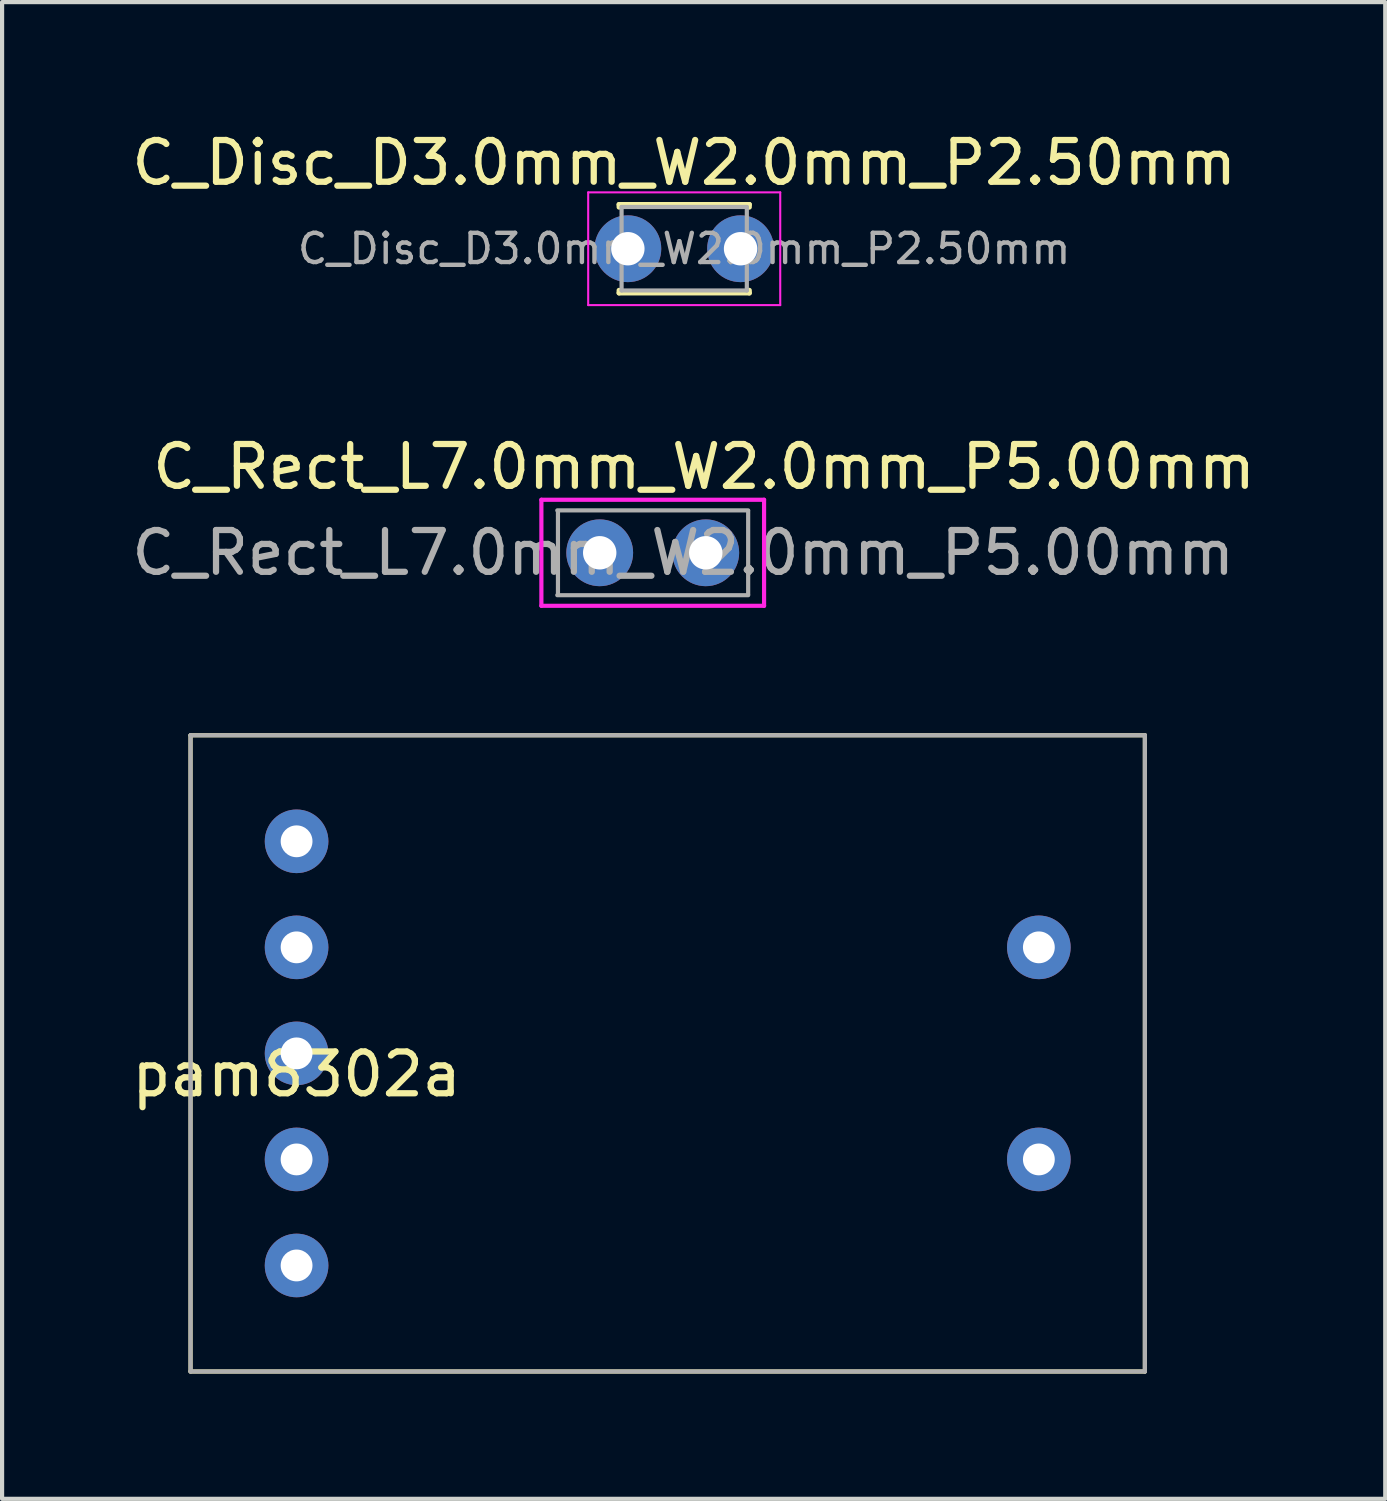
<source format=kicad_pcb>
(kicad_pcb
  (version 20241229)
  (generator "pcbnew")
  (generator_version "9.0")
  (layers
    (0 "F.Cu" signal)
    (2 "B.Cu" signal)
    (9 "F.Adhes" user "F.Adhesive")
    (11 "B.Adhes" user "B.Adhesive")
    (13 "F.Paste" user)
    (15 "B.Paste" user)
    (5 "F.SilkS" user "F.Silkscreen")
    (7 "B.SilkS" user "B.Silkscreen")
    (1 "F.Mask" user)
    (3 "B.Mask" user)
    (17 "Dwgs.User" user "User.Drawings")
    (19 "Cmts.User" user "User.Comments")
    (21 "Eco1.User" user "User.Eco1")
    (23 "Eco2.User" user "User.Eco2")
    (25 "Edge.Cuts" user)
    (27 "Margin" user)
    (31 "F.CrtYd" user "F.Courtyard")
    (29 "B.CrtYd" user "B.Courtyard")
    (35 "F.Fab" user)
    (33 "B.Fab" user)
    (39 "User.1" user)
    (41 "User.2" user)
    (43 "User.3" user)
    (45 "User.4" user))
  (footprint "C_Rect_L7.0mm_W2.0mm_P5.00mm"
    (layer "F.Cu")
    (at 11.315 10.191)
    (property "Reference" "C_Rect_L7.0mm_W2.0mm_P5.00mm" (at 2.5 -2.06 0) (layer "F.SilkS") (effects (font (size 1 1) (thickness 0.15))))
    (attr through_hole)
    (fp_line (start -1.016 -1.016) (end 3.556 -1.016) (stroke (width 0.1) (type solid)) (layer "B.Paste"))
    (fp_line (start -1.016 1.016) (end -1.016 -1.016) (stroke (width 0.1) (type solid)) (layer "B.Paste"))
    (fp_line (start 3.556 -1.016) (end 3.556 1.016) (stroke (width 0.1) (type solid)) (layer "B.Paste"))
    (fp_line (start 3.556 1.016) (end -1.016 1.016) (stroke (width 0.1) (type solid)) (layer "B.Paste"))
    (fp_line (start -1.397 -1.27) (end 3.937 -1.27) (stroke (width 0.1) (type solid)) (layer "F.CrtYd"))
    (fp_line (start -1.397 1.27) (end -1.397 -1.27) (stroke (width 0.1) (type solid)) (layer "F.CrtYd"))
    (fp_line (start 3.937 -1.27) (end 3.937 1.27) (stroke (width 0.1) (type solid)) (layer "F.CrtYd"))
    (fp_line (start 3.937 1.27) (end -1.397 1.27) (stroke (width 0.1) (type solid)) (layer "F.CrtYd"))
    (fp_line (start -1.016 -1.016) (end 3.556 -1.016) (stroke (width 0.1) (type solid)) (layer "F.Fab"))
    (fp_line (start -1 -1) (end -1 1) (stroke (width 0.1) (type solid)) (layer "F.Fab"))
    (fp_line (start 3.556 1) (end 3.556 -1) (stroke (width 0.1) (type solid)) (layer "F.Fab"))
    (fp_line (start 3.556 1.016) (end -1.016 1.016) (stroke (width 0.1) (type solid)) (layer "F.Fab"))
    (fp_text user "${REFERENCE}" (at 2 0 0) (layer "F.Fab") (effects (font (size 1 1) (thickness 0.15))))
    (pad "1" thru_hole circle (at 0 0) (size 1.6 1.6) (drill 0.8) (layers "*.Cu" "*.Mask"))
    (pad "2" thru_hole circle (at 2.54 0) (size 1.6 1.6) (drill 0.8) (layers "*.Cu" "*.Mask")))
  (footprint "C_Disc_D3.0mm_W2.0mm_P2.50mm"
    (layer "F.Cu")
    (at 12.089 2.908)
    (property "Reference" "C_Disc_D3.0mm_W2.0mm_P2.50mm" (at 1.25 -2.06 0) (layer "F.SilkS") (effects (font (size 1 1) (thickness 0.15))))
    (attr through_hole)
    (fp_line (start -0.31 -1.06) (end -0.31 -0.996) (stroke (width 0.12) (type solid)) (layer "F.SilkS"))
    (fp_line (start -0.31 -1.06) (end 2.81 -1.06) (stroke (width 0.12) (type solid)) (layer "F.SilkS"))
    (fp_line (start -0.31 0.996) (end -0.31 1.06) (stroke (width 0.12) (type solid)) (layer "F.SilkS"))
    (fp_line (start -0.31 1.06) (end 2.81 1.06) (stroke (width 0.12) (type solid)) (layer "F.SilkS"))
    (fp_line (start 2.81 -1.06) (end 2.81 -0.996) (stroke (width 0.12) (type solid)) (layer "F.SilkS"))
    (fp_line (start 2.81 0.996) (end 2.81 1.06) (stroke (width 0.12) (type solid)) (layer "F.SilkS"))
    (fp_line (start -1.05 -1.35) (end -1.05 1.35) (stroke (width 0.05) (type solid)) (layer "F.CrtYd"))
    (fp_line (start -1.05 1.35) (end 3.55 1.35) (stroke (width 0.05) (type solid)) (layer "F.CrtYd"))
    (fp_line (start 3.55 -1.35) (end -1.05 -1.35) (stroke (width 0.05) (type solid)) (layer "F.CrtYd"))
    (fp_line (start 3.55 1.35) (end 3.55 -1.35) (stroke (width 0.05) (type solid)) (layer "F.CrtYd"))
    (fp_line (start -0.25 -1) (end -0.25 1) (stroke (width 0.1) (type solid)) (layer "F.Fab"))
    (fp_line (start -0.25 1) (end 2.75 1) (stroke (width 0.1) (type solid)) (layer "F.Fab"))
    (fp_line (start 2.75 -1) (end -0.25 -1) (stroke (width 0.1) (type solid)) (layer "F.Fab"))
    (fp_line (start 2.75 1) (end 2.75 -1) (stroke (width 0.1) (type solid)) (layer "F.Fab"))
    (fp_text user "${REFERENCE}" (at 1.25 0 0) (layer "F.Fab") (effects (font (size 0.7 0.7) (thickness 0.105))))
    (pad "1" thru_hole circle (at -0.1 0) (size 1.6 1.6) (drill 0.8) (layers "*.Cu" "*.Mask"))
    (pad "2" thru_hole circle (at 2.6 0) (size 1.6 1.6) (drill 0.8) (layers "*.Cu" "*.Mask")))
  (footprint "pam8302a"
    (layer "F.Cu")
    (at 4.054 17.102)
    (property "Reference" "pam8302a" (at 0 5.58 0) (layer "F.SilkS") (effects (font (size 1 1) (thickness 0.15))))
    (attr through_hole)
    (fp_line (start -2.54 -2.54) (end 20.32 -2.54) (stroke (width 0.1) (type solid)) (layer "F.SilkS"))
    (fp_line (start -2.54 12.7) (end -2.54 -2.54) (stroke (width 0.1) (type solid)) (layer "F.SilkS"))
    (fp_line (start 20.32 -2.54) (end 20.32 12.7) (stroke (width 0.1) (type solid)) (layer "F.SilkS"))
    (fp_line (start 20.32 12.7) (end -2.54 12.7) (stroke (width 0.1) (type solid)) (layer "F.SilkS"))
    (fp_line (start -2.54 -2.54) (end -2.54 12.7) (stroke (width 0.1) (type solid)) (layer "F.Fab"))
    (fp_line (start -2.54 12.7) (end 20.32 12.7) (stroke (width 0.1) (type solid)) (layer "F.Fab"))
    (fp_line (start 20.32 -2.54) (end -2.54 -2.54) (stroke (width 0.1) (type solid)) (layer "F.Fab"))
    (fp_line (start 20.32 12.7) (end 20.32 -2.54) (stroke (width 0.1) (type solid)) (layer "F.Fab"))
    (pad "1" thru_hole circle (at 0 0) (size 1.524 1.524) (drill 0.762) (layers "*.Cu" "*.Mask"))
    (pad "2" thru_hole circle (at 0 2.54) (size 1.524 1.524) (drill 0.762) (layers "*.Cu" "*.Mask"))
    (pad "3" thru_hole circle (at 0 5.08) (size 1.524 1.524) (drill 0.762) (layers "*.Cu" "*.Mask"))
    (pad "4" thru_hole circle (at 0 7.62) (size 1.524 1.524) (drill 0.762) (layers "*.Cu" "*.Mask"))
    (pad "5" thru_hole circle (at 0 10.16) (size 1.524 1.524) (drill 0.762) (layers "*.Cu" "*.Mask"))
    (pad "6" thru_hole circle (at 17.78 2.54) (size 1.524 1.524) (drill 0.762) (layers "*.Cu" "*.Mask"))
    (pad "7" thru_hole circle (at 17.78 7.62) (size 1.524 1.524) (drill 0.762) (layers "*.Cu" "*.Mask")))
  (gr_rect
    (start -3 -3)
    (end 30.131 32.852)
    (stroke (width 0.1) (type default))
    (fill no)
    (layer "Edge.Cuts")))
</source>
